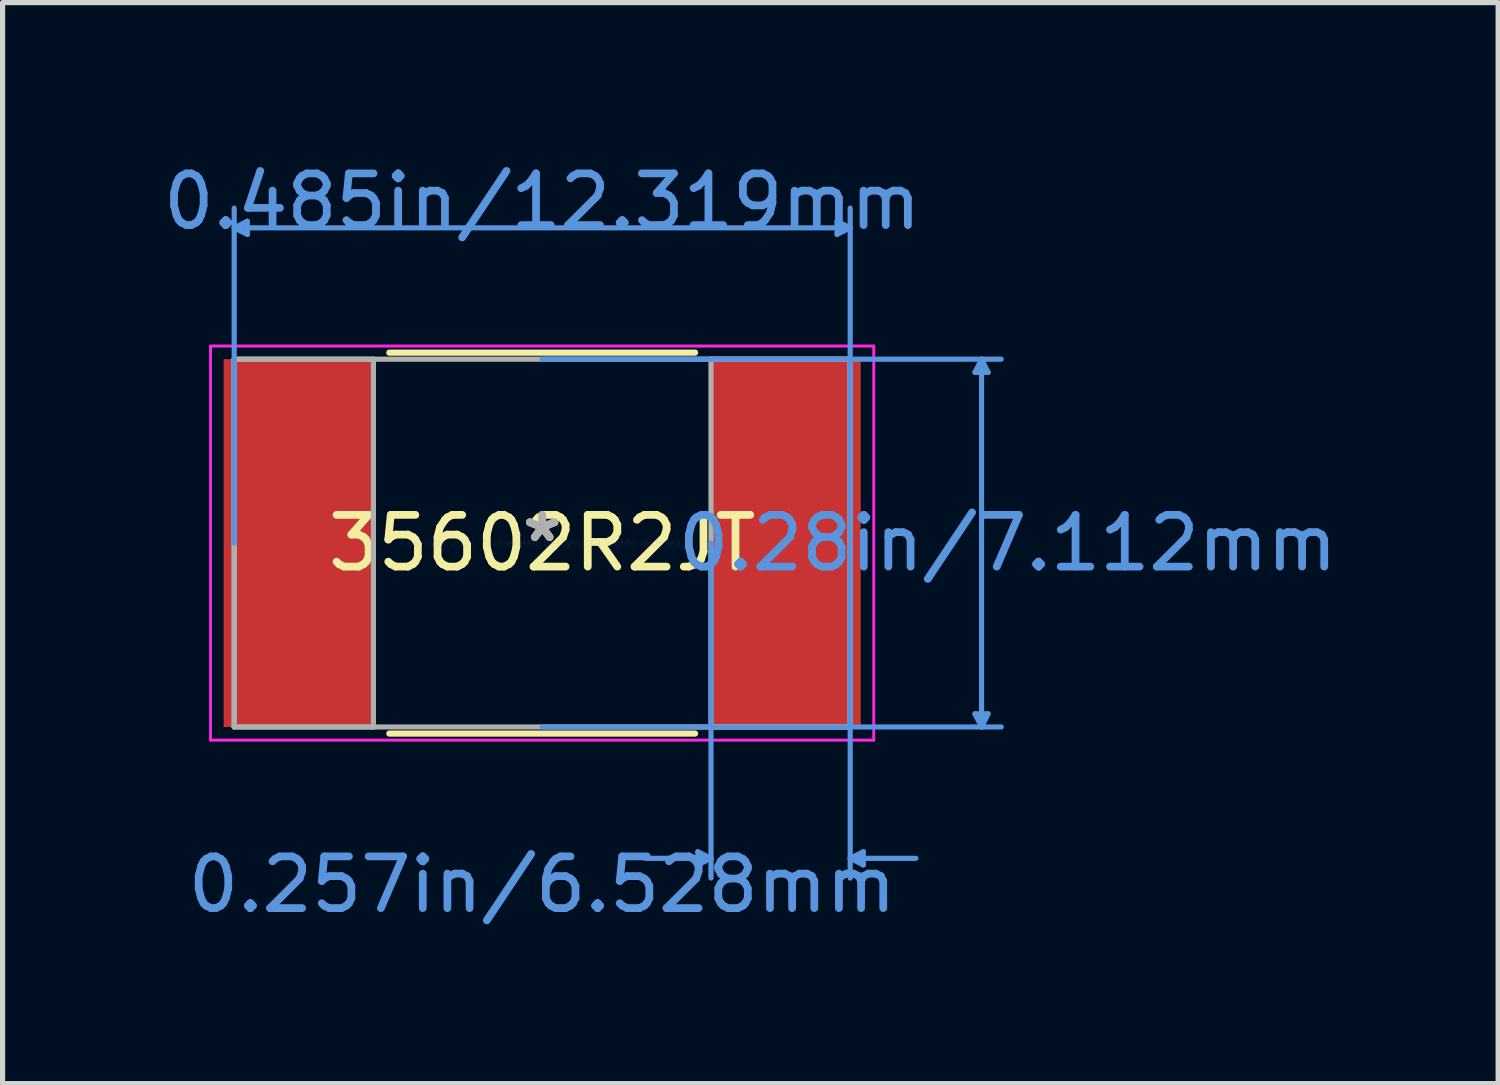
<source format=kicad_pcb>
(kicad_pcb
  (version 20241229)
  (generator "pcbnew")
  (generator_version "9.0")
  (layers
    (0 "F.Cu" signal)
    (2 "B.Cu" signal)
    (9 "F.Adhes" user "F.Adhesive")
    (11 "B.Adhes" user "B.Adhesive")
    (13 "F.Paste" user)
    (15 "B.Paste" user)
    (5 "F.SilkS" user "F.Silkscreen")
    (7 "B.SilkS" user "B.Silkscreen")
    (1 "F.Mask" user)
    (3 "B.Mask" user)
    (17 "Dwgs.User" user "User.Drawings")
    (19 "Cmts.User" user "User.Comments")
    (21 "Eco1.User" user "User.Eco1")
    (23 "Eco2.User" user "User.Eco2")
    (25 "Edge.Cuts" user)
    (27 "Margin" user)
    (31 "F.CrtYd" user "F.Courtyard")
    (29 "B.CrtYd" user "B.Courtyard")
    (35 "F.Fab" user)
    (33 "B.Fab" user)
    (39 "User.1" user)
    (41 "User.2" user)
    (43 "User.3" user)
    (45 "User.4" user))
  (footprint "35602R2JT"
    (layer "F.Cu")
    (at 7.435 7.452)
    (property "Reference" "35602R2JT" (at 0 0 0) (layer "F.SilkS") (effects (font (size 1 1) (thickness 0.15))))
    (attr through_hole)
    (fp_line (start -2.956 3.683) (end 2.956 3.683) (stroke (width 0.12) (type solid)) (layer "F.SilkS"))
    (fp_line (start 2.956 -3.683) (end -2.956 -3.683) (stroke (width 0.12) (type solid)) (layer "F.SilkS"))
    (fp_line (start -5.956 -6.096) (end -5.702 -6.223) (stroke (width 0.1) (type solid)) (layer "Cmts.User"))
    (fp_line (start -5.956 -6.096) (end -5.702 -5.969) (stroke (width 0.1) (type solid)) (layer "Cmts.User"))
    (fp_line (start -5.956 -6.096) (end 5.956 -6.096) (stroke (width 0.1) (type solid)) (layer "Cmts.User"))
    (fp_line (start -5.956 0) (end -5.956 -6.477) (stroke (width 0.1) (type solid)) (layer "Cmts.User"))
    (fp_line (start -5.702 -6.223) (end -5.702 -5.969) (stroke (width 0.1) (type solid)) (layer "Cmts.User"))
    (fp_line (start 0 -3.556) (end 8.877 -3.556) (stroke (width 0.1) (type solid)) (layer "Cmts.User"))
    (fp_line (start 0 3.556) (end 8.877 3.556) (stroke (width 0.1) (type solid)) (layer "Cmts.User"))
    (fp_line (start 3.01 5.969) (end 3.01 6.223) (stroke (width 0.1) (type solid)) (layer "Cmts.User"))
    (fp_line (start 3.264 0) (end 3.264 6.477) (stroke (width 0.1) (type solid)) (layer "Cmts.User"))
    (fp_line (start 3.264 6.096) (end 1.994 6.096) (stroke (width 0.1) (type solid)) (layer "Cmts.User"))
    (fp_line (start 3.264 6.096) (end 3.01 5.969) (stroke (width 0.1) (type solid)) (layer "Cmts.User"))
    (fp_line (start 3.264 6.096) (end 3.01 6.223) (stroke (width 0.1) (type solid)) (layer "Cmts.User"))
    (fp_line (start 5.702 -6.223) (end 5.702 -5.969) (stroke (width 0.1) (type solid)) (layer "Cmts.User"))
    (fp_line (start 5.956 -6.096) (end 5.702 -6.223) (stroke (width 0.1) (type solid)) (layer "Cmts.User"))
    (fp_line (start 5.956 -6.096) (end 5.702 -5.969) (stroke (width 0.1) (type solid)) (layer "Cmts.User"))
    (fp_line (start 5.956 0) (end 5.956 -6.477) (stroke (width 0.1) (type solid)) (layer "Cmts.User"))
    (fp_line (start 5.956 0) (end 5.956 6.477) (stroke (width 0.1) (type solid)) (layer "Cmts.User"))
    (fp_line (start 5.956 6.096) (end 6.21 5.969) (stroke (width 0.1) (type solid)) (layer "Cmts.User"))
    (fp_line (start 5.956 6.096) (end 6.21 6.223) (stroke (width 0.1) (type solid)) (layer "Cmts.User"))
    (fp_line (start 5.956 6.096) (end 7.226 6.096) (stroke (width 0.1) (type solid)) (layer "Cmts.User"))
    (fp_line (start 6.21 5.969) (end 6.21 6.223) (stroke (width 0.1) (type solid)) (layer "Cmts.User"))
    (fp_line (start 8.369 -3.302) (end 8.623 -3.302) (stroke (width 0.1) (type solid)) (layer "Cmts.User"))
    (fp_line (start 8.369 3.302) (end 8.623 3.302) (stroke (width 0.1) (type solid)) (layer "Cmts.User"))
    (fp_line (start 8.496 -3.556) (end 8.369 -3.302) (stroke (width 0.1) (type solid)) (layer "Cmts.User"))
    (fp_line (start 8.496 -3.556) (end 8.496 3.556) (stroke (width 0.1) (type solid)) (layer "Cmts.User"))
    (fp_line (start 8.496 -3.556) (end 8.623 -3.302) (stroke (width 0.1) (type solid)) (layer "Cmts.User"))
    (fp_line (start 8.496 3.556) (end 8.369 3.302) (stroke (width 0.1) (type solid)) (layer "Cmts.User"))
    (fp_line (start 8.496 3.556) (end 8.623 3.302) (stroke (width 0.1) (type solid)) (layer "Cmts.User"))
    (fp_line (start -6.413 -3.81) (end 6.413 -3.81) (stroke (width 0.05) (type solid)) (layer "F.CrtYd"))
    (fp_line (start -6.413 -3.81) (end 6.413 -3.81) (stroke (width 0.05) (type solid)) (layer "F.CrtYd"))
    (fp_line (start -6.413 3.81) (end -6.413 -3.81) (stroke (width 0.05) (type solid)) (layer "F.CrtYd"))
    (fp_line (start -6.413 3.81) (end -6.413 -3.81) (stroke (width 0.05) (type solid)) (layer "F.CrtYd"))
    (fp_line (start 6.413 -3.81) (end 6.413 3.81) (stroke (width 0.05) (type solid)) (layer "F.CrtYd"))
    (fp_line (start 6.413 -3.81) (end 6.413 3.81) (stroke (width 0.05) (type solid)) (layer "F.CrtYd"))
    (fp_line (start 6.413 3.81) (end -6.413 3.81) (stroke (width 0.05) (type solid)) (layer "F.CrtYd"))
    (fp_line (start 6.413 3.81) (end -6.413 3.81) (stroke (width 0.05) (type solid)) (layer "F.CrtYd"))
    (fp_line (start -5.956 -3.556) (end -5.956 3.556) (stroke (width 0.1) (type solid)) (layer "F.Fab"))
    (fp_line (start -5.956 -3.556) (end -5.956 3.556) (stroke (width 0.1) (type solid)) (layer "F.Fab"))
    (fp_line (start -5.956 3.556) (end -3.264 3.556) (stroke (width 0.1) (type solid)) (layer "F.Fab"))
    (fp_line (start -5.956 3.556) (end 5.956 3.556) (stroke (width 0.1) (type solid)) (layer "F.Fab"))
    (fp_line (start -3.264 -3.556) (end -5.956 -3.556) (stroke (width 0.1) (type solid)) (layer "F.Fab"))
    (fp_line (start -3.264 3.556) (end -3.264 -3.556) (stroke (width 0.1) (type solid)) (layer "F.Fab"))
    (fp_line (start 3.264 -3.556) (end 3.264 3.556) (stroke (width 0.1) (type solid)) (layer "F.Fab"))
    (fp_line (start 3.264 3.556) (end 5.956 3.556) (stroke (width 0.1) (type solid)) (layer "F.Fab"))
    (fp_line (start 5.956 -3.556) (end -5.956 -3.556) (stroke (width 0.1) (type solid)) (layer "F.Fab"))
    (fp_line (start 5.956 -3.556) (end 3.264 -3.556) (stroke (width 0.1) (type solid)) (layer "F.Fab"))
    (fp_line (start 5.956 3.556) (end 5.956 -3.556) (stroke (width 0.1) (type solid)) (layer "F.Fab"))
    (fp_line (start 5.956 3.556) (end 5.956 -3.556) (stroke (width 0.1) (type solid)) (layer "F.Fab"))
    (fp_text user "*" (at 0 0 0) (layer "F.SilkS") (effects (font (size 1 1) (thickness 0.15))))
    (fp_text user "0.257in/6.528mm" (at 0 6.604 0) (layer "Cmts.User") (effects (font (size 1 1) (thickness 0.15))))
    (fp_text user "Copyright 2021 Accelerated Designs. All rights reserved." (at 0 0 0) (layer "Cmts.User") (effects (font (size 0.127 0.127) (thickness 0.002))))
    (fp_text user "0.485in/12.319mm" (at 0 -6.604 0) (layer "Cmts.User") (effects (font (size 1 1) (thickness 0.15))))
    (fp_text user "0.28in/7.112mm" (at 9.004 0 0) (layer "Cmts.User") (effects (font (size 1 1) (thickness 0.15))))
    (fp_text user "*" (at 0 0 0) (layer "F.Fab") (effects (font (size 1 1) (thickness 0.15))))
    (pad "1" smd rect (at -4.712 0) (size 2.896 7.112) (layers "F.Cu" "F.Mask" "F.Paste"))
    (pad "2" smd rect (at 4.712 0) (size 2.896 7.112) (layers "F.Cu" "F.Mask" "F.Paste")))
  (gr_rect
    (start -3 -3)
    (end 25.921 17.904)
    (stroke (width 0.1) (type default))
    (fill no)
    (layer "Edge.Cuts")))
</source>
